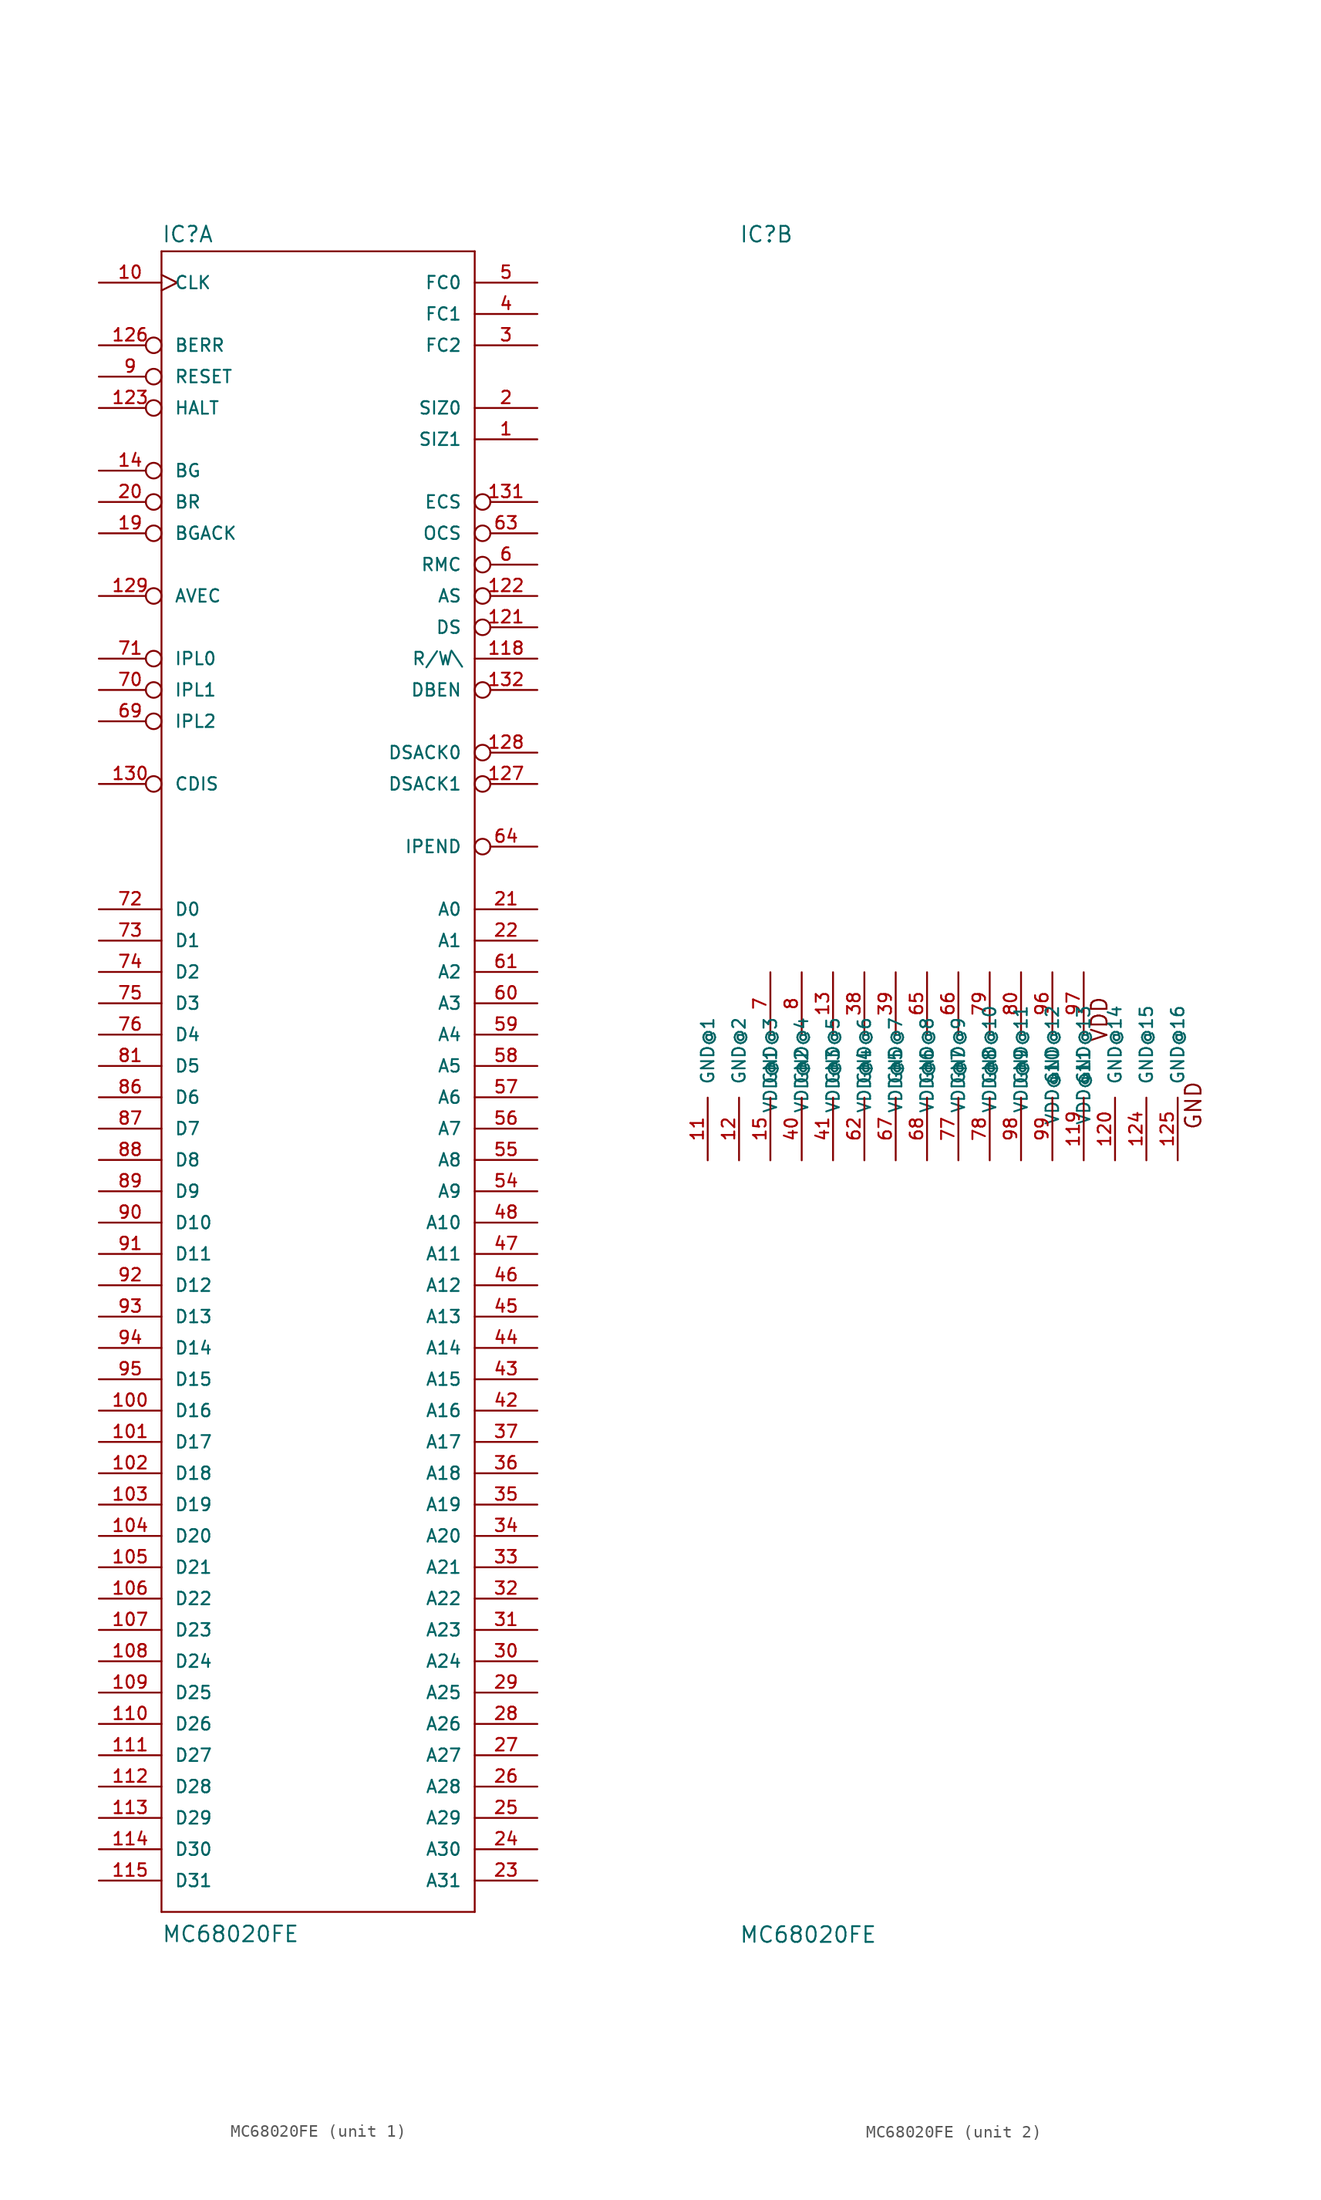
<source format=kicad_sym>
(kicad_symbol_lib
  (version 20220914)
  (generator kicad_symbol_editor)
  (symbol "MC68020FE"
    (pin_names
      (offset 1.016))
    (property "Reference" "IC"
      (at -12.7 66.675 0)
      (effects (font (size 1.27 1.27)) (justify left bottom)))
    (property "Value" "MC68020FE"
      (at -12.7 -71.12 0)
      (effects (font (size 1.27 1.27)) (justify left bottom)))
    (property "Datasheet" ""
      (at 0 0 0)
      (effects (font (size 1.524 1.524))))
    (property "ki_locked" ""
      (at 0 0 0)
      (effects (font (size 1.27 1.27))))
    (symbol "MC68020FE_1_0"
      (polyline (pts (xy -12.7 -68.58) (xy -12.7 66.04)) (stroke (width 0) (type solid)) (fill (type none)))
      (polyline (pts (xy -12.7 -68.58) (xy 12.7 -68.58)) (stroke (width 0) (type solid)) (fill (type none)))
      (polyline (pts (xy 12.7 66.04) (xy -12.7 66.04)) (stroke (width 0) (type solid)) (fill (type none)))
      (polyline (pts (xy 12.7 66.04) (xy 12.7 -68.58)) (stroke (width 0) (type solid)) (fill (type none))))
    (symbol "MC68020FE_1_1"
      (pin output line (at 17.78 50.8 180) (length 5.08) (name "SIZ1" (effects (font (size 1.016 1.016)))) (number "1" (effects (font (size 1.016 1.016)))))
      (pin input clock (at -17.78 63.5 0) (length 5.08) (name "CLK" (effects (font (size 1.016 1.016)))) (number "10" (effects (font (size 1.016 1.016)))))
      (pin bidirectional line (at -17.78 -27.94 0) (length 5.08) (name "D16" (effects (font (size 1.016 1.016)))) (number "100" (effects (font (size 1.016 1.016)))))
      (pin bidirectional line (at -17.78 -30.48 0) (length 5.08) (name "D17" (effects (font (size 1.016 1.016)))) (number "101" (effects (font (size 1.016 1.016)))))
      (pin bidirectional line (at -17.78 -33.02 0) (length 5.08) (name "D18" (effects (font (size 1.016 1.016)))) (number "102" (effects (font (size 1.016 1.016)))))
      (pin bidirectional line (at -17.78 -35.56 0) (length 5.08) (name "D19" (effects (font (size 1.016 1.016)))) (number "103" (effects (font (size 1.016 1.016)))))
      (pin bidirectional line (at -17.78 -38.1 0) (length 5.08) (name "D20" (effects (font (size 1.016 1.016)))) (number "104" (effects (font (size 1.016 1.016)))))
      (pin bidirectional line (at -17.78 -40.64 0) (length 5.08) (name "D21" (effects (font (size 1.016 1.016)))) (number "105" (effects (font (size 1.016 1.016)))))
      (pin bidirectional line (at -17.78 -43.18 0) (length 5.08) (name "D22" (effects (font (size 1.016 1.016)))) (number "106" (effects (font (size 1.016 1.016)))))
      (pin bidirectional line (at -17.78 -45.72 0) (length 5.08) (name "D23" (effects (font (size 1.016 1.016)))) (number "107" (effects (font (size 1.016 1.016)))))
      (pin bidirectional line (at -17.78 -48.26 0) (length 5.08) (name "D24" (effects (font (size 1.016 1.016)))) (number "108" (effects (font (size 1.016 1.016)))))
      (pin bidirectional line (at -17.78 -50.8 0) (length 5.08) (name "D25" (effects (font (size 1.016 1.016)))) (number "109" (effects (font (size 1.016 1.016)))))
      (pin bidirectional line (at -17.78 -53.34 0) (length 5.08) (name "D26" (effects (font (size 1.016 1.016)))) (number "110" (effects (font (size 1.016 1.016)))))
      (pin bidirectional line (at -17.78 -55.88 0) (length 5.08) (name "D27" (effects (font (size 1.016 1.016)))) (number "111" (effects (font (size 1.016 1.016)))))
      (pin bidirectional line (at -17.78 -58.42 0) (length 5.08) (name "D28" (effects (font (size 1.016 1.016)))) (number "112" (effects (font (size 1.016 1.016)))))
      (pin bidirectional line (at -17.78 -60.96 0) (length 5.08) (name "D29" (effects (font (size 1.016 1.016)))) (number "113" (effects (font (size 1.016 1.016)))))
      (pin bidirectional line (at -17.78 -63.5 0) (length 5.08) (name "D30" (effects (font (size 1.016 1.016)))) (number "114" (effects (font (size 1.016 1.016)))))
      (pin bidirectional line (at -17.78 -66.04 0) (length 5.08) (name "D31" (effects (font (size 1.016 1.016)))) (number "115" (effects (font (size 1.016 1.016)))))
      (pin output line (at 17.78 33.02 180) (length 5.08) (name "R/W\\" (effects (font (size 1.016 1.016)))) (number "118" (effects (font (size 1.016 1.016)))))
      (pin output inverted (at 17.78 35.56 180) (length 5.08) (name "DS" (effects (font (size 1.016 1.016)))) (number "121" (effects (font (size 1.016 1.016)))))
      (pin output inverted (at 17.78 38.1 180) (length 5.08) (name "AS" (effects (font (size 1.016 1.016)))) (number "122" (effects (font (size 1.016 1.016)))))
      (pin bidirectional inverted (at -17.78 53.34 0) (length 5.08) (name "HALT" (effects (font (size 1.016 1.016)))) (number "123" (effects (font (size 1.016 1.016)))))
      (pin input inverted (at -17.78 58.42 0) (length 5.08) (name "BERR" (effects (font (size 1.016 1.016)))) (number "126" (effects (font (size 1.016 1.016)))))
      (pin input inverted (at 17.78 22.86 180) (length 5.08) (name "DSACK1" (effects (font (size 1.016 1.016)))) (number "127" (effects (font (size 1.016 1.016)))))
      (pin input inverted (at 17.78 25.4 180) (length 5.08) (name "DSACK0" (effects (font (size 1.016 1.016)))) (number "128" (effects (font (size 1.016 1.016)))))
      (pin input inverted (at -17.78 38.1 0) (length 5.08) (name "AVEC" (effects (font (size 1.016 1.016)))) (number "129" (effects (font (size 1.016 1.016)))))
      (pin input inverted (at -17.78 22.86 0) (length 5.08) (name "CDIS" (effects (font (size 1.016 1.016)))) (number "130" (effects (font (size 1.016 1.016)))))
      (pin output inverted (at 17.78 45.72 180) (length 5.08) (name "ECS" (effects (font (size 1.016 1.016)))) (number "131" (effects (font (size 1.016 1.016)))))
      (pin output inverted (at 17.78 30.48 180) (length 5.08) (name "DBEN" (effects (font (size 1.016 1.016)))) (number "132" (effects (font (size 1.016 1.016)))))
      (pin output inverted (at -17.78 48.26 0) (length 5.08) (name "BG" (effects (font (size 1.016 1.016)))) (number "14" (effects (font (size 1.016 1.016)))))
      (pin input inverted (at -17.78 43.18 0) (length 5.08) (name "BGACK" (effects (font (size 1.016 1.016)))) (number "19" (effects (font (size 1.016 1.016)))))
      (pin output line (at 17.78 53.34 180) (length 5.08) (name "SIZ0" (effects (font (size 1.016 1.016)))) (number "2" (effects (font (size 1.016 1.016)))))
      (pin input inverted (at -17.78 45.72 0) (length 5.08) (name "BR" (effects (font (size 1.016 1.016)))) (number "20" (effects (font (size 1.016 1.016)))))
      (pin output line (at 17.78 12.7 180) (length 5.08) (name "A0" (effects (font (size 1.016 1.016)))) (number "21" (effects (font (size 1.016 1.016)))))
      (pin output line (at 17.78 10.16 180) (length 5.08) (name "A1" (effects (font (size 1.016 1.016)))) (number "22" (effects (font (size 1.016 1.016)))))
      (pin output line (at 17.78 -66.04 180) (length 5.08) (name "A31" (effects (font (size 1.016 1.016)))) (number "23" (effects (font (size 1.016 1.016)))))
      (pin output line (at 17.78 -63.5 180) (length 5.08) (name "A30" (effects (font (size 1.016 1.016)))) (number "24" (effects (font (size 1.016 1.016)))))
      (pin output line (at 17.78 -60.96 180) (length 5.08) (name "A29" (effects (font (size 1.016 1.016)))) (number "25" (effects (font (size 1.016 1.016)))))
      (pin output line (at 17.78 -58.42 180) (length 5.08) (name "A28" (effects (font (size 1.016 1.016)))) (number "26" (effects (font (size 1.016 1.016)))))
      (pin output line (at 17.78 -55.88 180) (length 5.08) (name "A27" (effects (font (size 1.016 1.016)))) (number "27" (effects (font (size 1.016 1.016)))))
      (pin output line (at 17.78 -53.34 180) (length 5.08) (name "A26" (effects (font (size 1.016 1.016)))) (number "28" (effects (font (size 1.016 1.016)))))
      (pin output line (at 17.78 -50.8 180) (length 5.08) (name "A25" (effects (font (size 1.016 1.016)))) (number "29" (effects (font (size 1.016 1.016)))))
      (pin output line (at 17.78 58.42 180) (length 5.08) (name "FC2" (effects (font (size 1.016 1.016)))) (number "3" (effects (font (size 1.016 1.016)))))
      (pin output line (at 17.78 -48.26 180) (length 5.08) (name "A24" (effects (font (size 1.016 1.016)))) (number "30" (effects (font (size 1.016 1.016)))))
      (pin output line (at 17.78 -45.72 180) (length 5.08) (name "A23" (effects (font (size 1.016 1.016)))) (number "31" (effects (font (size 1.016 1.016)))))
      (pin output line (at 17.78 -43.18 180) (length 5.08) (name "A22" (effects (font (size 1.016 1.016)))) (number "32" (effects (font (size 1.016 1.016)))))
      (pin output line (at 17.78 -40.64 180) (length 5.08) (name "A21" (effects (font (size 1.016 1.016)))) (number "33" (effects (font (size 1.016 1.016)))))
      (pin output line (at 17.78 -38.1 180) (length 5.08) (name "A20" (effects (font (size 1.016 1.016)))) (number "34" (effects (font (size 1.016 1.016)))))
      (pin output line (at 17.78 -35.56 180) (length 5.08) (name "A19" (effects (font (size 1.016 1.016)))) (number "35" (effects (font (size 1.016 1.016)))))
      (pin output line (at 17.78 -33.02 180) (length 5.08) (name "A18" (effects (font (size 1.016 1.016)))) (number "36" (effects (font (size 1.016 1.016)))))
      (pin output line (at 17.78 -30.48 180) (length 5.08) (name "A17" (effects (font (size 1.016 1.016)))) (number "37" (effects (font (size 1.016 1.016)))))
      (pin output line (at 17.78 60.96 180) (length 5.08) (name "FC1" (effects (font (size 1.016 1.016)))) (number "4" (effects (font (size 1.016 1.016)))))
      (pin output line (at 17.78 -27.94 180) (length 5.08) (name "A16" (effects (font (size 1.016 1.016)))) (number "42" (effects (font (size 1.016 1.016)))))
      (pin output line (at 17.78 -25.4 180) (length 5.08) (name "A15" (effects (font (size 1.016 1.016)))) (number "43" (effects (font (size 1.016 1.016)))))
      (pin output line (at 17.78 -22.86 180) (length 5.08) (name "A14" (effects (font (size 1.016 1.016)))) (number "44" (effects (font (size 1.016 1.016)))))
      (pin output line (at 17.78 -20.32 180) (length 5.08) (name "A13" (effects (font (size 1.016 1.016)))) (number "45" (effects (font (size 1.016 1.016)))))
      (pin output line (at 17.78 -17.78 180) (length 5.08) (name "A12" (effects (font (size 1.016 1.016)))) (number "46" (effects (font (size 1.016 1.016)))))
      (pin output line (at 17.78 -15.24 180) (length 5.08) (name "A11" (effects (font (size 1.016 1.016)))) (number "47" (effects (font (size 1.016 1.016)))))
      (pin output line (at 17.78 -12.7 180) (length 5.08) (name "A10" (effects (font (size 1.016 1.016)))) (number "48" (effects (font (size 1.016 1.016)))))
      (pin output line (at 17.78 63.5 180) (length 5.08) (name "FC0" (effects (font (size 1.016 1.016)))) (number "5" (effects (font (size 1.016 1.016)))))
      (pin output line (at 17.78 -10.16 180) (length 5.08) (name "A9" (effects (font (size 1.016 1.016)))) (number "54" (effects (font (size 1.016 1.016)))))
      (pin output line (at 17.78 -7.62 180) (length 5.08) (name "A8" (effects (font (size 1.016 1.016)))) (number "55" (effects (font (size 1.016 1.016)))))
      (pin output line (at 17.78 -5.08 180) (length 5.08) (name "A7" (effects (font (size 1.016 1.016)))) (number "56" (effects (font (size 1.016 1.016)))))
      (pin output line (at 17.78 -2.54 180) (length 5.08) (name "A6" (effects (font (size 1.016 1.016)))) (number "57" (effects (font (size 1.016 1.016)))))
      (pin output line (at 17.78 0 180) (length 5.08) (name "A5" (effects (font (size 1.016 1.016)))) (number "58" (effects (font (size 1.016 1.016)))))
      (pin output line (at 17.78 2.54 180) (length 5.08) (name "A4" (effects (font (size 1.016 1.016)))) (number "59" (effects (font (size 1.016 1.016)))))
      (pin output inverted (at 17.78 40.64 180) (length 5.08) (name "RMC" (effects (font (size 1.016 1.016)))) (number "6" (effects (font (size 1.016 1.016)))))
      (pin output line (at 17.78 5.08 180) (length 5.08) (name "A3" (effects (font (size 1.016 1.016)))) (number "60" (effects (font (size 1.016 1.016)))))
      (pin output line (at 17.78 7.62 180) (length 5.08) (name "A2" (effects (font (size 1.016 1.016)))) (number "61" (effects (font (size 1.016 1.016)))))
      (pin output inverted (at 17.78 43.18 180) (length 5.08) (name "OCS" (effects (font (size 1.016 1.016)))) (number "63" (effects (font (size 1.016 1.016)))))
      (pin output inverted (at 17.78 17.78 180) (length 5.08) (name "IPEND" (effects (font (size 1.016 1.016)))) (number "64" (effects (font (size 1.016 1.016)))))
      (pin input inverted (at -17.78 27.94 0) (length 5.08) (name "IPL2" (effects (font (size 1.016 1.016)))) (number "69" (effects (font (size 1.016 1.016)))))
      (pin input inverted (at -17.78 30.48 0) (length 5.08) (name "IPL1" (effects (font (size 1.016 1.016)))) (number "70" (effects (font (size 1.016 1.016)))))
      (pin input inverted (at -17.78 33.02 0) (length 5.08) (name "IPL0" (effects (font (size 1.016 1.016)))) (number "71" (effects (font (size 1.016 1.016)))))
      (pin bidirectional line (at -17.78 12.7 0) (length 5.08) (name "D0" (effects (font (size 1.016 1.016)))) (number "72" (effects (font (size 1.016 1.016)))))
      (pin bidirectional line (at -17.78 10.16 0) (length 5.08) (name "D1" (effects (font (size 1.016 1.016)))) (number "73" (effects (font (size 1.016 1.016)))))
      (pin bidirectional line (at -17.78 7.62 0) (length 5.08) (name "D2" (effects (font (size 1.016 1.016)))) (number "74" (effects (font (size 1.016 1.016)))))
      (pin bidirectional line (at -17.78 5.08 0) (length 5.08) (name "D3" (effects (font (size 1.016 1.016)))) (number "75" (effects (font (size 1.016 1.016)))))
      (pin bidirectional line (at -17.78 2.54 0) (length 5.08) (name "D4" (effects (font (size 1.016 1.016)))) (number "76" (effects (font (size 1.016 1.016)))))
      (pin bidirectional line (at -17.78 0 0) (length 5.08) (name "D5" (effects (font (size 1.016 1.016)))) (number "81" (effects (font (size 1.016 1.016)))))
      (pin bidirectional line (at -17.78 -2.54 0) (length 5.08) (name "D6" (effects (font (size 1.016 1.016)))) (number "86" (effects (font (size 1.016 1.016)))))
      (pin bidirectional line (at -17.78 -5.08 0) (length 5.08) (name "D7" (effects (font (size 1.016 1.016)))) (number "87" (effects (font (size 1.016 1.016)))))
      (pin bidirectional line (at -17.78 -7.62 0) (length 5.08) (name "D8" (effects (font (size 1.016 1.016)))) (number "88" (effects (font (size 1.016 1.016)))))
      (pin bidirectional line (at -17.78 -10.16 0) (length 5.08) (name "D9" (effects (font (size 1.016 1.016)))) (number "89" (effects (font (size 1.016 1.016)))))
      (pin bidirectional inverted (at -17.78 55.88 0) (length 5.08) (name "RESET" (effects (font (size 1.016 1.016)))) (number "9" (effects (font (size 1.016 1.016)))))
      (pin bidirectional line (at -17.78 -12.7 0) (length 5.08) (name "D10" (effects (font (size 1.016 1.016)))) (number "90" (effects (font (size 1.016 1.016)))))
      (pin bidirectional line (at -17.78 -15.24 0) (length 5.08) (name "D11" (effects (font (size 1.016 1.016)))) (number "91" (effects (font (size 1.016 1.016)))))
      (pin bidirectional line (at -17.78 -17.78 0) (length 5.08) (name "D12" (effects (font (size 1.016 1.016)))) (number "92" (effects (font (size 1.016 1.016)))))
      (pin bidirectional line (at -17.78 -20.32 0) (length 5.08) (name "D13" (effects (font (size 1.016 1.016)))) (number "93" (effects (font (size 1.016 1.016)))))
      (pin bidirectional line (at -17.78 -22.86 0) (length 5.08) (name "D14" (effects (font (size 1.016 1.016)))) (number "94" (effects (font (size 1.016 1.016)))))
      (pin bidirectional line (at -17.78 -25.4 0) (length 5.08) (name "D15" (effects (font (size 1.016 1.016)))) (number "95" (effects (font (size 1.016 1.016))))))
    (symbol "MC68020FE_2_0"
      (text "GND" (at 24.13 -3.175 1) (effects (font (size 1.27 1.27))))
      (text "VDD" (at 16.51 3.81 1) (effects (font (size 1.27 1.27)))))
    (symbol "MC68020FE_2_1"
      (pin power_in line (at -15.24 -7.62 90) (length 5.08) (name "GND@1" (effects (font (size 1.016 1.016)))) (number "11" (effects (font (size 1.016 1.016)))))
      (pin power_in line (at 15.24 -7.62 90) (length 5.08) (name "GND@13" (effects (font (size 1.016 1.016)))) (number "119" (effects (font (size 1.016 1.016)))))
      (pin power_in line (at -12.7 -7.62 90) (length 5.08) (name "GND@2" (effects (font (size 1.016 1.016)))) (number "12" (effects (font (size 1.016 1.016)))))
      (pin power_in line (at 17.78 -7.62 90) (length 5.08) (name "GND@14" (effects (font (size 1.016 1.016)))) (number "120" (effects (font (size 1.016 1.016)))))
      (pin power_in line (at 20.32 -7.62 90) (length 5.08) (name "GND@15" (effects (font (size 1.016 1.016)))) (number "124" (effects (font (size 1.016 1.016)))))
      (pin power_in line (at 22.86 -7.62 90) (length 5.08) (name "GND@16" (effects (font (size 1.016 1.016)))) (number "125" (effects (font (size 1.016 1.016)))))
      (pin power_in line (at -5.08 7.62 270) (length 5.08) (name "VDD@3" (effects (font (size 1.016 1.016)))) (number "13" (effects (font (size 1.016 1.016)))))
      (pin power_in line (at -10.16 -7.62 90) (length 5.08) (name "GND@3" (effects (font (size 1.016 1.016)))) (number "15" (effects (font (size 1.016 1.016)))))
      (pin power_in line (at -2.54 7.62 270) (length 5.08) (name "VDD@4" (effects (font (size 1.016 1.016)))) (number "38" (effects (font (size 1.016 1.016)))))
      (pin power_in line (at 0 7.62 270) (length 5.08) (name "VDD@5" (effects (font (size 1.016 1.016)))) (number "39" (effects (font (size 1.016 1.016)))))
      (pin power_in line (at -7.62 -7.62 90) (length 5.08) (name "GND@4" (effects (font (size 1.016 1.016)))) (number "40" (effects (font (size 1.016 1.016)))))
      (pin power_in line (at -5.08 -7.62 90) (length 5.08) (name "GND@5" (effects (font (size 1.016 1.016)))) (number "41" (effects (font (size 1.016 1.016)))))
      (pin power_in line (at -2.54 -7.62 90) (length 5.08) (name "GND@6" (effects (font (size 1.016 1.016)))) (number "62" (effects (font (size 1.016 1.016)))))
      (pin power_in line (at 2.54 7.62 270) (length 5.08) (name "VDD@6" (effects (font (size 1.016 1.016)))) (number "65" (effects (font (size 1.016 1.016)))))
      (pin power_in line (at 5.08 7.62 270) (length 5.08) (name "VDD@7" (effects (font (size 1.016 1.016)))) (number "66" (effects (font (size 1.016 1.016)))))
      (pin power_in line (at 0 -7.62 90) (length 5.08) (name "GND@7" (effects (font (size 1.016 1.016)))) (number "67" (effects (font (size 1.016 1.016)))))
      (pin power_in line (at 2.54 -7.62 90) (length 5.08) (name "GND@8" (effects (font (size 1.016 1.016)))) (number "68" (effects (font (size 1.016 1.016)))))
      (pin power_in line (at -10.16 7.62 270) (length 5.08) (name "VDD@1" (effects (font (size 1.016 1.016)))) (number "7" (effects (font (size 1.016 1.016)))))
      (pin power_in line (at 5.08 -7.62 90) (length 5.08) (name "GND@9" (effects (font (size 1.016 1.016)))) (number "77" (effects (font (size 1.016 1.016)))))
      (pin power_in line (at 7.62 -7.62 90) (length 5.08) (name "GND@10" (effects (font (size 1.016 1.016)))) (number "78" (effects (font (size 1.016 1.016)))))
      (pin power_in line (at 7.62 7.62 270) (length 5.08) (name "VDD@8" (effects (font (size 1.016 1.016)))) (number "79" (effects (font (size 1.016 1.016)))))
      (pin power_in line (at -7.62 7.62 270) (length 5.08) (name "VDD@2" (effects (font (size 1.016 1.016)))) (number "8" (effects (font (size 1.016 1.016)))))
      (pin power_in line (at 10.16 7.62 270) (length 5.08) (name "VDD@9" (effects (font (size 1.016 1.016)))) (number "80" (effects (font (size 1.016 1.016)))))
      (pin power_in line (at 12.7 7.62 270) (length 5.08) (name "VDD@10" (effects (font (size 1.016 1.016)))) (number "96" (effects (font (size 1.016 1.016)))))
      (pin power_in line (at 15.24 7.62 270) (length 5.08) (name "VDD@11" (effects (font (size 1.016 1.016)))) (number "97" (effects (font (size 1.016 1.016)))))
      (pin power_in line (at 10.16 -7.62 90) (length 5.08) (name "GND@11" (effects (font (size 1.016 1.016)))) (number "98" (effects (font (size 1.016 1.016)))))
      (pin power_in line (at 12.7 -7.62 90) (length 5.08) (name "GND@12" (effects (font (size 1.016 1.016)))) (number "99" (effects (font (size 1.016 1.016))))))))
</source>
